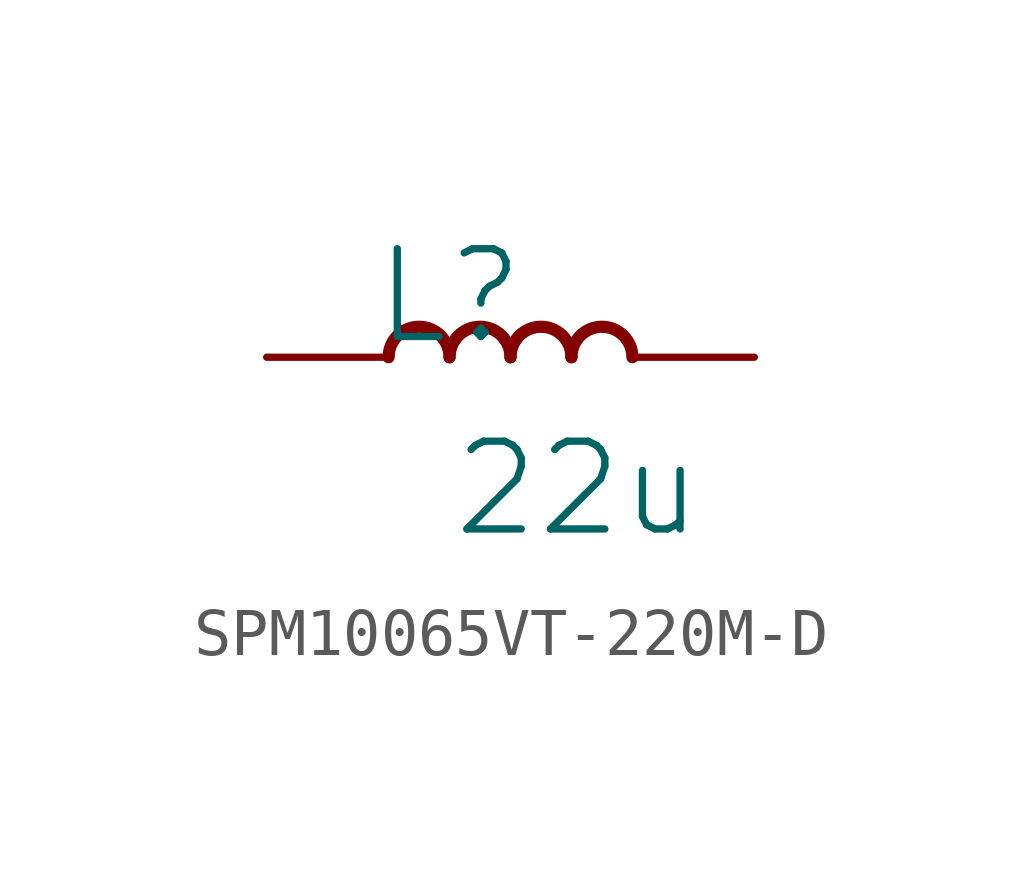
<source format=kicad_sym>
(kicad_symbol_lib
  (version 20231120)
  (generator "kicad_symbol_editor")
  (generator_version "8.0")
  (symbol "SPM10065VT-220M-D"
    (property "Reference" "L"
      (at -1.27 1.27 0)
      (effects (font (size 1.829 1.829))))
    (property "Value" "22u"
      (at -1.27 -3.81 0)
      (effects (font (size 1.829 1.829)) (justify left bottom)))
    (symbol "SPM10065VT-220M-D_1_0"
      (arc (start -1.27 0) (mid -1.905 0.635) (end -2.54 0) (stroke (width 0.254) (type solid)) (fill (type none)))
      (arc (start 0 0) (mid -0.635 0.635) (end -1.27 0) (stroke (width 0.254) (type solid)) (fill (type none)))
      (arc (start 1.27 0) (mid 0.635 0.635) (end 0 0) (stroke (width 0.254) (type solid)) (fill (type none)))
      (arc (start 2.54 0) (mid 1.905 0.635) (end 1.27 0) (stroke (width 0.254) (type solid)) (fill (type none)))
      (pin passive line (at -5.08 0 0) (length 2.54) (name "1" (effects (font (size 0 0)))) (number "1" (effects (font (size 0 0)))))
      (pin passive line (at 5.08 0 180) (length 2.54) (name "2" (effects (font (size 0 0)))) (number "2" (effects (font (size 0 0))))))))
</source>
